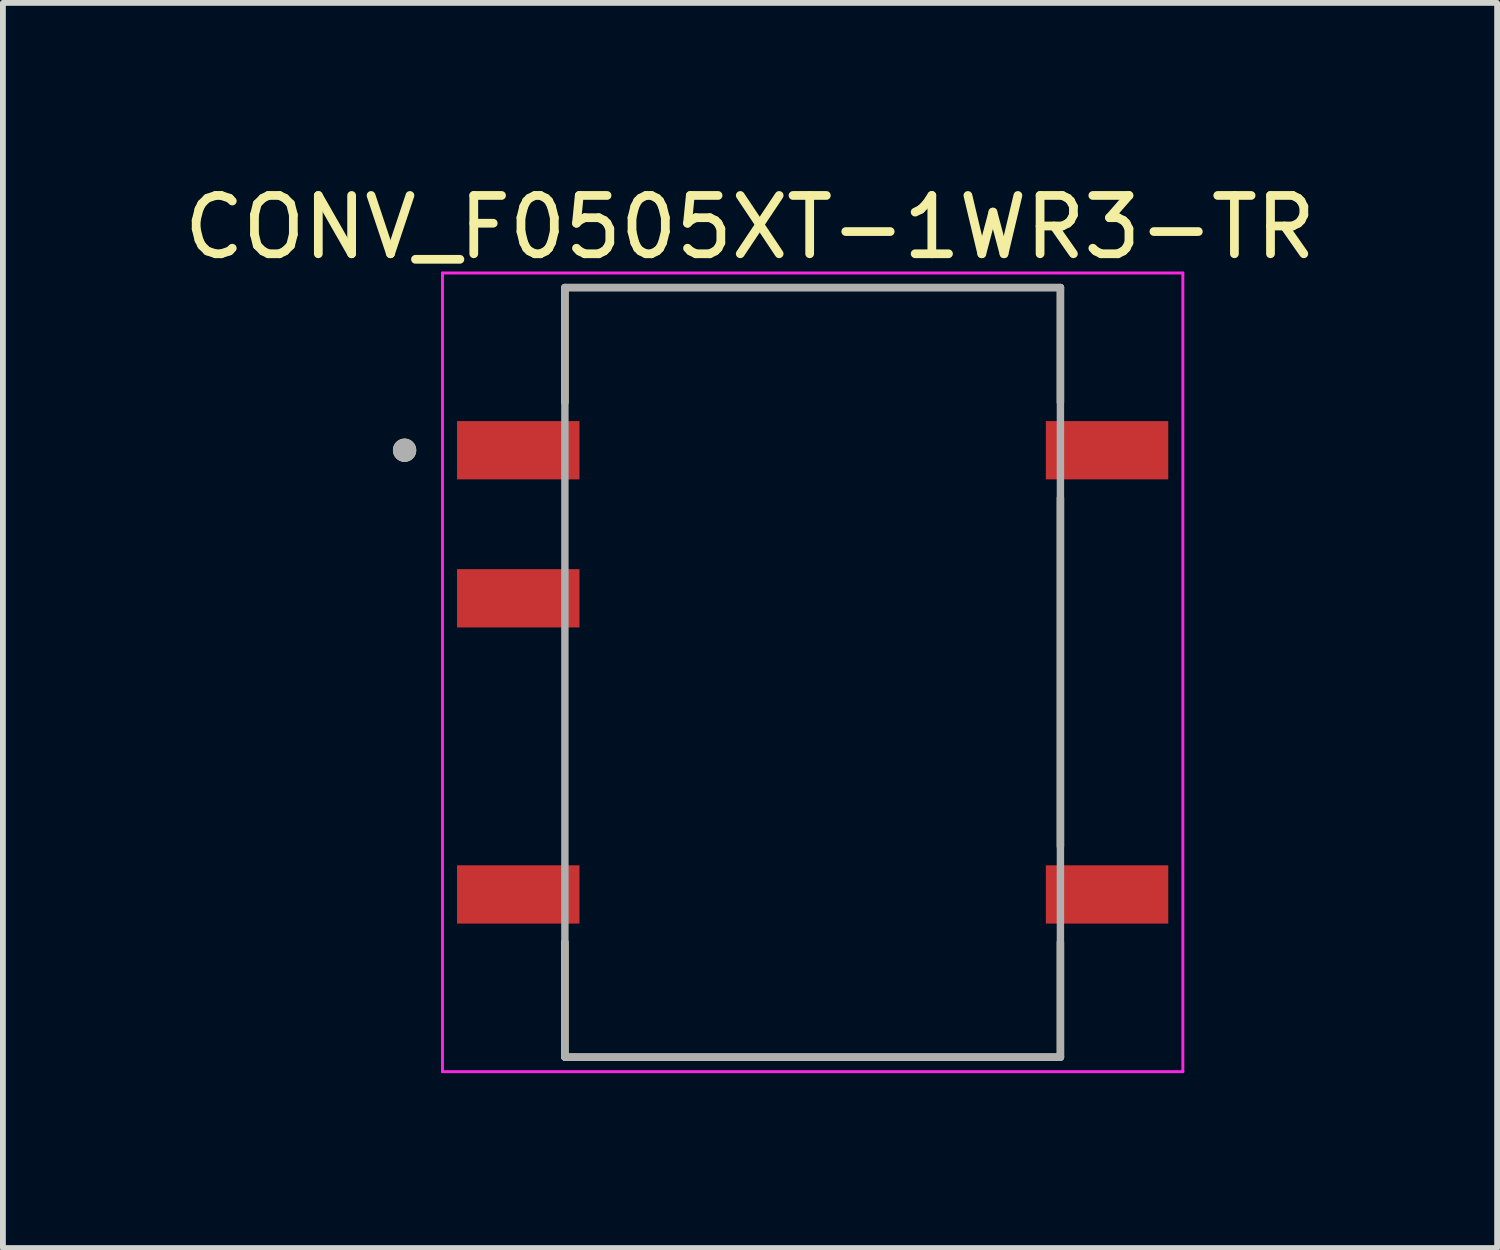
<source format=kicad_pcb>
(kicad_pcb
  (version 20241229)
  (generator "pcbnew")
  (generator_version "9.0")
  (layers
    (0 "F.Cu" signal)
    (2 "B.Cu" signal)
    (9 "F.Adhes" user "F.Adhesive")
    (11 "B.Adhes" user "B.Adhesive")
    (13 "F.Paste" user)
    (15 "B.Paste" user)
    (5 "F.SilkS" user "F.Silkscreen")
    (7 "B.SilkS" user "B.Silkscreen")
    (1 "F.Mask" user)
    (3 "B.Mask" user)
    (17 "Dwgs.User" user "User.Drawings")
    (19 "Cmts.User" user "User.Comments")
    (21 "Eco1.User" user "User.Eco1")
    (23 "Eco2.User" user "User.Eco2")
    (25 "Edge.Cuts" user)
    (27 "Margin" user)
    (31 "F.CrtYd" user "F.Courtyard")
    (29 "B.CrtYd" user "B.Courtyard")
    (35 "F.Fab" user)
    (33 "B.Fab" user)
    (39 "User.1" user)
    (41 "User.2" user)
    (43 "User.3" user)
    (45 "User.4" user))
  (footprint "CONV_F0505XT-1WR3-TR"
    (layer "F.Cu")
    (at 10.89 8.483)
    (property "Reference" "CONV_F0505XT-1WR3-TR" (at -1.075 -7.635 0) (layer "F.SilkS") (effects (font (size 1 1) (thickness 0.15))))
    (attr through_hole)
    (fp_line (start -4.25 -6.6) (end -4.25 -4.63) (stroke (width 0.127) (type solid)) (layer "F.SilkS"))
    (fp_line (start -4.25 -6.6) (end 4.25 -6.6) (stroke (width 0.127) (type solid)) (layer "F.SilkS"))
    (fp_line (start -4.25 6.6) (end -4.25 4.63) (stroke (width 0.127) (type solid)) (layer "F.SilkS"))
    (fp_line (start 4.25 -6.6) (end 4.25 -4.63) (stroke (width 0.127) (type solid)) (layer "F.SilkS"))
    (fp_line (start 4.25 -2.99) (end 4.25 2.99) (stroke (width 0.127) (type solid)) (layer "F.SilkS"))
    (fp_line (start 4.25 6.6) (end -4.25 6.6) (stroke (width 0.127) (type solid)) (layer "F.SilkS"))
    (fp_line (start 4.25 6.6) (end 4.25 4.63) (stroke (width 0.127) (type solid)) (layer "F.SilkS"))
    (fp_circle (center -7 -3.81) (end -6.9 -3.81) (stroke (width 0.2) (type solid)) (fill no) (layer "F.SilkS"))
    (fp_line (start -6.35 -6.85) (end -6.35 6.85) (stroke (width 0.05) (type solid)) (layer "F.CrtYd"))
    (fp_line (start -6.35 6.85) (end 6.35 6.85) (stroke (width 0.05) (type solid)) (layer "F.CrtYd"))
    (fp_line (start 6.35 -6.85) (end -6.35 -6.85) (stroke (width 0.05) (type solid)) (layer "F.CrtYd"))
    (fp_line (start 6.35 6.85) (end 6.35 -6.85) (stroke (width 0.05) (type solid)) (layer "F.CrtYd"))
    (fp_line (start -4.25 -6.6) (end 4.25 -6.6) (stroke (width 0.127) (type solid)) (layer "F.Fab"))
    (fp_line (start -4.25 6.6) (end -4.25 -6.6) (stroke (width 0.127) (type solid)) (layer "F.Fab"))
    (fp_line (start 4.25 -6.6) (end 4.25 6.6) (stroke (width 0.127) (type solid)) (layer "F.Fab"))
    (fp_line (start 4.25 6.6) (end -4.25 6.6) (stroke (width 0.127) (type solid)) (layer "F.Fab"))
    (fp_circle (center -7 -3.81) (end -6.9 -3.81) (stroke (width 0.2) (type solid)) (fill no) (layer "F.Fab"))
    (pad "1" smd rect (at -5.05 -3.81) (size 2.1 1) (layers "F.Cu" "F.Mask" "F.Paste"))
    (pad "2" smd rect (at -5.05 -1.27) (size 2.1 1) (layers "F.Cu" "F.Mask" "F.Paste"))
    (pad "4" smd rect (at -5.05 3.81) (size 2.1 1) (layers "F.Cu" "F.Mask" "F.Paste"))
    (pad "5" smd rect (at 5.05 3.81) (size 2.1 1) (layers "F.Cu" "F.Mask" "F.Paste"))
    (pad "8" smd rect (at 5.05 -3.81) (size 2.1 1) (layers "F.Cu" "F.Mask" "F.Paste")))
  (gr_rect
    (start -3 -3)
    (end 22.631 18.358)
    (stroke (width 0.1) (type default))
    (fill no)
    (layer "Edge.Cuts")))
</source>
